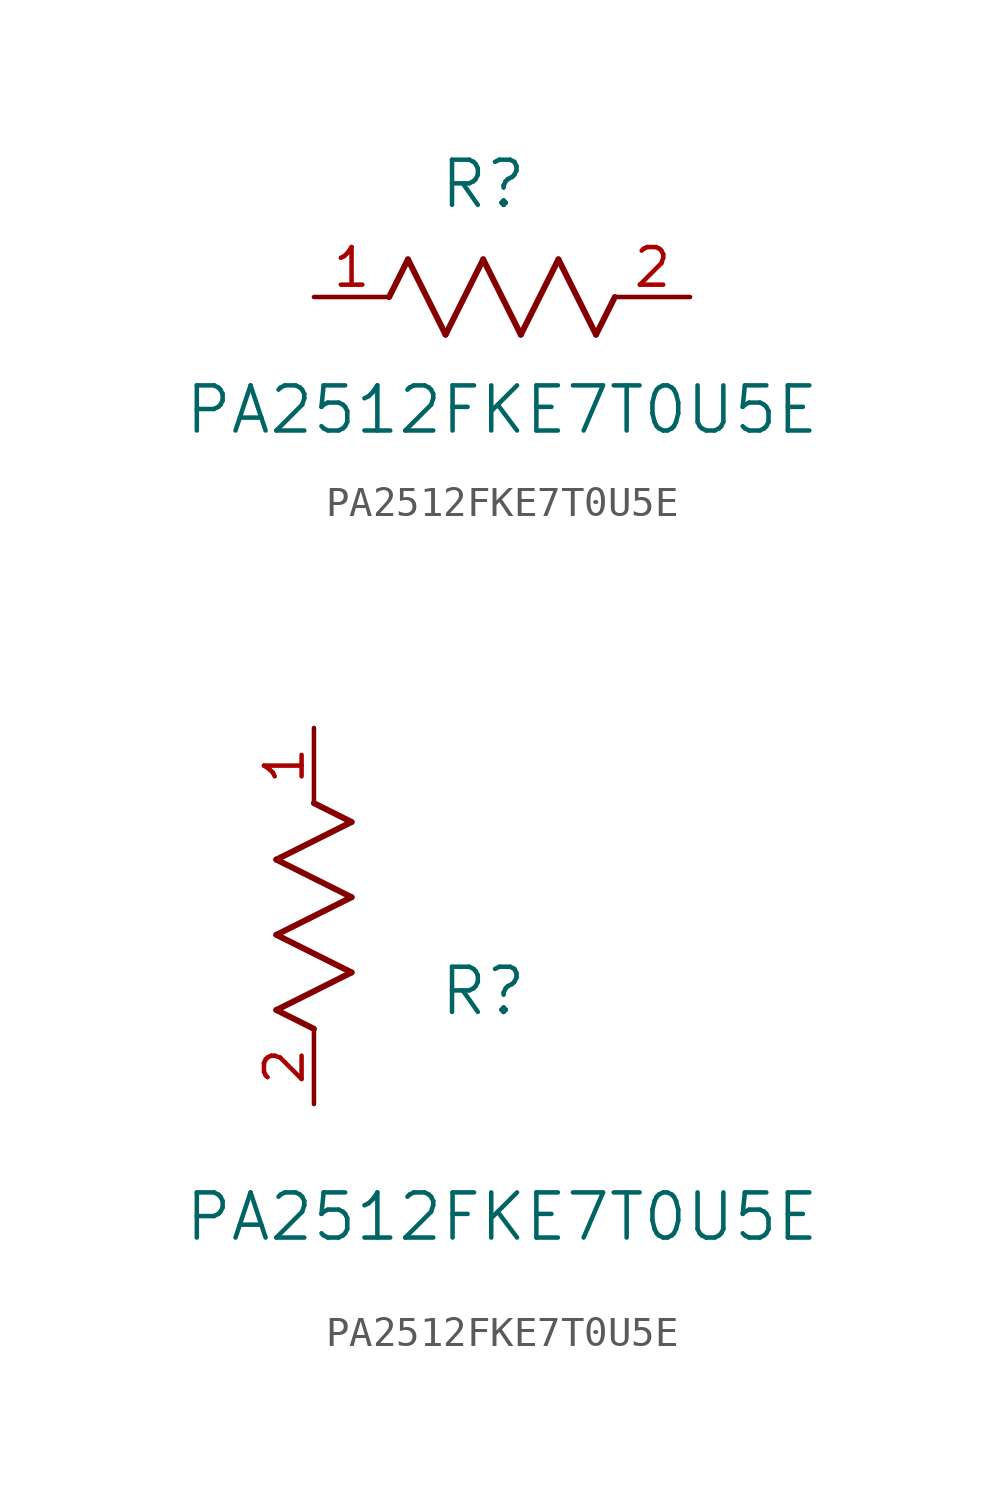
<source format=kicad_sym>
(kicad_symbol_lib
  (version 20211014)
  (generator kicad_symbol_editor)
  (symbol "PA2512FKE7T0U5E"
    (pin_names
      (offset 0.254))
    (property "Reference" "R"
      (at 5.715 3.81 0)
      (effects (font (size 1.524 1.524))))
    (property "Value" "PA2512FKE7T0U5E"
      (at 6.35 -3.81 0)
      (effects (font (size 1.524 1.524))))
    (symbol "PA2512FKE7T0U5E_1_1"
      (polyline (pts (xy 3.175 1.27) (xy 4.445 -1.27)) (stroke (width 0.203) (type default) (color 0 0 0 0)) (fill (type none)))
      (polyline (pts (xy 4.445 -1.27) (xy 5.715 1.27)) (stroke (width 0.203) (type default) (color 0 0 0 0)) (fill (type none)))
      (polyline (pts (xy 5.715 1.27) (xy 6.985 -1.27)) (stroke (width 0.203) (type default) (color 0 0 0 0)) (fill (type none)))
      (polyline (pts (xy 6.985 -1.27) (xy 8.255 1.27)) (stroke (width 0.203) (type default) (color 0 0 0 0)) (fill (type none)))
      (polyline (pts (xy 8.255 1.27) (xy 9.525 -1.27)) (stroke (width 0.203) (type default) (color 0 0 0 0)) (fill (type none)))
      (polyline (pts (xy 2.54 0) (xy 3.175 1.27)) (stroke (width 0.203) (type default) (color 0 0 0 0)) (fill (type none)))
      (polyline (pts (xy 9.525 -1.27) (xy 10.16 0)) (stroke (width 0.203) (type default) (color 0 0 0 0)) (fill (type none)))
      (pin unspecified line (at 0 0 0) (length 2.54) (name "" (effects (font (size 1.27 1.27)))) (number "1" (effects (font (size 1.27 1.27)))))
      (pin unspecified line (at 12.7 0 180) (length 2.54) (name "" (effects (font (size 1.27 1.27)))) (number "2" (effects (font (size 1.27 1.27))))))
    (symbol "PA2512FKE7T0U5E_1_2"
      (polyline (pts (xy 0 2.54) (xy -1.27 3.175)) (stroke (width 0.203) (type default) (color 0 0 0 0)) (fill (type none)))
      (polyline (pts (xy -1.27 3.175) (xy 1.27 4.445)) (stroke (width 0.203) (type default) (color 0 0 0 0)) (fill (type none)))
      (polyline (pts (xy 1.27 4.445) (xy -1.27 5.715)) (stroke (width 0.203) (type default) (color 0 0 0 0)) (fill (type none)))
      (polyline (pts (xy -1.27 5.715) (xy 1.27 6.985)) (stroke (width 0.203) (type default) (color 0 0 0 0)) (fill (type none)))
      (polyline (pts (xy -1.27 8.255) (xy 1.27 9.525)) (stroke (width 0.203) (type default) (color 0 0 0 0)) (fill (type none)))
      (polyline (pts (xy 1.27 9.525) (xy 0 10.16)) (stroke (width 0.203) (type default) (color 0 0 0 0)) (fill (type none)))
      (polyline (pts (xy 1.27 6.985) (xy -1.27 8.255)) (stroke (width 0.203) (type default) (color 0 0 0 0)) (fill (type none)))
      (pin unspecified line (at 0 12.7 270) (length 2.54) (name "" (effects (font (size 1.27 1.27)))) (number "1" (effects (font (size 1.27 1.27)))))
      (pin unspecified line (at 0 0 90) (length 2.54) (name "" (effects (font (size 1.27 1.27)))) (number "2" (effects (font (size 1.27 1.27))))))))
</source>
